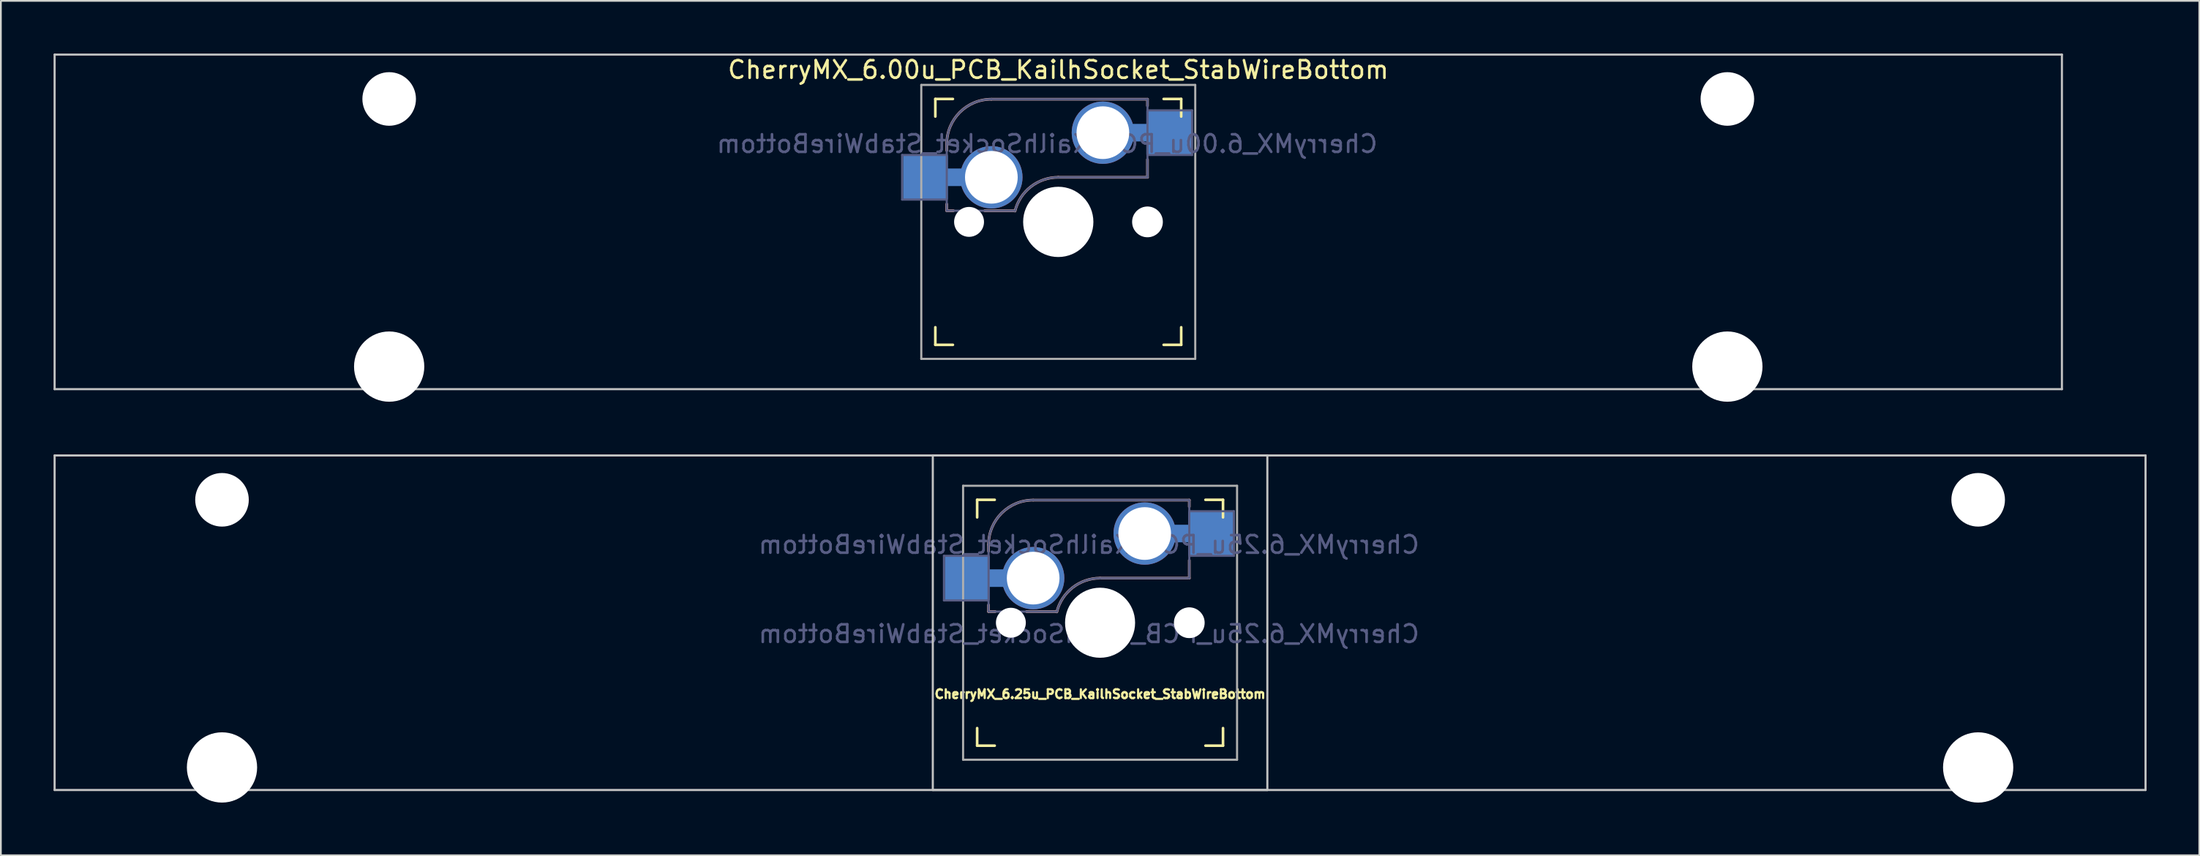
<source format=kicad_pcb>
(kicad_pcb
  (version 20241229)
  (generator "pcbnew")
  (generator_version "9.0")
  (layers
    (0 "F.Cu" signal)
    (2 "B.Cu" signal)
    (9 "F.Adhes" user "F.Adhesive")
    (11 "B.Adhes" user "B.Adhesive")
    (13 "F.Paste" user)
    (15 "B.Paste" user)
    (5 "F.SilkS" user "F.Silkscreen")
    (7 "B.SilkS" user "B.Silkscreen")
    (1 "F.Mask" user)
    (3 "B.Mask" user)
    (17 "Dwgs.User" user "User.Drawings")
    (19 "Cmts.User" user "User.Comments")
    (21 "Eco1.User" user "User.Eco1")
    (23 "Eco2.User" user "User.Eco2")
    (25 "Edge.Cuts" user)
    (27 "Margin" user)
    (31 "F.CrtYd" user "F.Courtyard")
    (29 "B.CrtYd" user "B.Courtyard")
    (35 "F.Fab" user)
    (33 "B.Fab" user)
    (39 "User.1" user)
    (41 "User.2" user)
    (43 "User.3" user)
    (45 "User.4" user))
  (footprint "CherryMX_6.00u_PCB_KailhSocket_StabWireBottom"
    (layer "F.Cu")
    (at 57.21 9.585)
    (property "Reference" "CherryMX_6.00u_PCB_KailhSocket_StabWireBottom" (at 0 -8.662 0) (layer "F.SilkS") (effects (font (size 1 1) (thickness 0.15))))
    (attr through_hole)
    (fp_line (start -7 -6) (end -7 -7) (stroke (width 0.15) (type solid)) (layer "F.SilkS"))
    (fp_line (start -7 7) (end -7 6) (stroke (width 0.15) (type solid)) (layer "F.SilkS"))
    (fp_line (start -7 7) (end -6 7) (stroke (width 0.15) (type solid)) (layer "F.SilkS"))
    (fp_line (start -6 -7) (end -7 -7) (stroke (width 0.15) (type solid)) (layer "F.SilkS"))
    (fp_line (start 6 7) (end 7 7) (stroke (width 0.15) (type solid)) (layer "F.SilkS"))
    (fp_line (start 7 -7) (end 6 -7) (stroke (width 0.15) (type solid)) (layer "F.SilkS"))
    (fp_line (start 7 -7) (end 7 -6) (stroke (width 0.15) (type solid)) (layer "F.SilkS"))
    (fp_line (start 7 6) (end 7 7) (stroke (width 0.15) (type solid)) (layer "F.SilkS"))
    (fp_line (start -6.35 -4.445) (end -6.35 -4.064) (stroke (width 0.15) (type solid)) (layer "B.SilkS"))
    (fp_line (start -6.35 -1.016) (end -6.35 -0.635) (stroke (width 0.15) (type solid)) (layer "B.SilkS"))
    (fp_line (start -5.969 -0.635) (end -6.35 -0.635) (stroke (width 0.15) (type solid)) (layer "B.SilkS"))
    (fp_line (start -3.81 -6.985) (end 5.08 -6.985) (stroke (width 0.15) (type solid)) (layer "B.SilkS"))
    (fp_line (start -2.464 -0.635) (end -4.191 -0.635) (stroke (width 0.15) (type solid)) (layer "B.SilkS"))
    (fp_line (start 5.08 -6.985) (end 5.08 -6.604) (stroke (width 0.15) (type solid)) (layer "B.SilkS"))
    (fp_line (start 5.08 -3.556) (end 5.08 -2.54) (stroke (width 0.15) (type solid)) (layer "B.SilkS"))
    (fp_line (start 5.08 -2.54) (end 0 -2.54) (stroke (width 0.15) (type solid)) (layer "B.SilkS"))
    (fp_arc (start -6.35 -4.444999) (mid -5.606051 -6.24105) (end -3.81 -6.984999) (stroke (width 0.15) (type solid)) (layer "B.SilkS"))
    (fp_arc (start -2.464162 -0.616039) (mid -1.563147 -2.002041) (end 0 -2.539999) (stroke (width 0.15) (type solid)) (layer "B.SilkS"))
    (fp_line (start -57.15 -9.525) (end 57.15 -9.525) (stroke (width 0.12) (type solid)) (layer "Dwgs.User"))
    (fp_line (start -57.15 9.525) (end -57.15 -9.525) (stroke (width 0.12) (type solid)) (layer "Dwgs.User"))
    (fp_line (start 57.15 -9.525) (end 57.15 9.525) (stroke (width 0.12) (type solid)) (layer "Dwgs.User"))
    (fp_line (start 57.15 9.525) (end -57.15 9.525) (stroke (width 0.12) (type solid)) (layer "Dwgs.User"))
    (fp_line (start -6.9 6.9) (end -6.9 -6.9) (stroke (width 0.15) (type solid)) (layer "Eco2.User"))
    (fp_line (start -6.9 6.9) (end 6.9 6.9) (stroke (width 0.15) (type solid)) (layer "Eco2.User"))
    (fp_line (start 6.9 -6.9) (end -6.9 -6.9) (stroke (width 0.15) (type solid)) (layer "Eco2.User"))
    (fp_line (start 6.9 -6.9) (end 6.9 6.9) (stroke (width 0.15) (type solid)) (layer "Eco2.User"))
    (fp_line (start -8.89 -3.81) (end -6.35 -3.81) (stroke (width 0.12) (type solid)) (layer "B.Fab"))
    (fp_line (start -8.89 -1.27) (end -8.89 -3.81) (stroke (width 0.12) (type solid)) (layer "B.Fab"))
    (fp_line (start -6.35 -1.27) (end -8.89 -1.27) (stroke (width 0.12) (type solid)) (layer "B.Fab"))
    (fp_line (start -6.35 -0.635) (end -6.35 -4.445) (stroke (width 0.12) (type solid)) (layer "B.Fab"))
    (fp_line (start -6.35 -0.635) (end -2.54 -0.635) (stroke (width 0.12) (type solid)) (layer "B.Fab"))
    (fp_line (start -3.81 -6.985) (end 5.08 -6.985) (stroke (width 0.12) (type solid)) (layer "B.Fab"))
    (fp_line (start 5.08 -6.985) (end 5.08 -2.54) (stroke (width 0.12) (type solid)) (layer "B.Fab"))
    (fp_line (start 5.08 -6.35) (end 7.62 -6.35) (stroke (width 0.12) (type solid)) (layer "B.Fab"))
    (fp_line (start 5.08 -2.54) (end 0 -2.54) (stroke (width 0.12) (type solid)) (layer "B.Fab"))
    (fp_line (start 7.62 -6.35) (end 7.62 -3.81) (stroke (width 0.12) (type solid)) (layer "B.Fab"))
    (fp_line (start 7.62 -3.81) (end 5.08 -3.81) (stroke (width 0.12) (type solid)) (layer "B.Fab"))
    (fp_arc (start -6.35 -4.444999) (mid -5.606051 -6.24105) (end -3.81 -6.984999) (stroke (width 0.12) (type solid)) (layer "B.Fab"))
    (fp_arc (start -2.464162 -0.616039) (mid -1.563147 -2.002041) (end 0 -2.539999) (stroke (width 0.12) (type solid)) (layer "B.Fab"))
    (fp_line (start -7.8 -7.8) (end -7.8 7.8) (stroke (width 0.12) (type solid)) (layer "F.Fab"))
    (fp_line (start -7.8 -7.8) (end 7.8 -7.8) (stroke (width 0.12) (type solid)) (layer "F.Fab"))
    (fp_line (start -7.8 7.8) (end 7.8 7.8) (stroke (width 0.12) (type solid)) (layer "F.Fab"))
    (fp_line (start 7.8 -7.8) (end 7.8 7.8) (stroke (width 0.12) (type solid)) (layer "F.Fab"))
    (fp_text user "${REFERENCE}" (at -0.635 -4.445 0) (layer "B.Fab") (effects (font (size 1 1) (thickness 0.15)) (justify mirror)))
    (pad "" np_thru_hole circle (at -38.1 -7) (size 3.05 3.05) (drill 3.05) (layers "*.Cu" "*.Mask"))
    (pad "" np_thru_hole circle (at -38.1 8.24) (size 4 4) (drill 4) (layers "*.Cu" "*.Mask"))
    (pad "" np_thru_hole circle (at -5.08 0.000001) (size 1.702 1.702) (drill 1.702) (layers "*.Cu" "*.Mask"))
    (pad "" np_thru_hole circle (at 0 0) (size 4 4) (drill 4) (layers "*.Cu" "*.Mask"))
    (pad "" np_thru_hole circle (at 5.08 0.000001) (size 1.702 1.702) (drill 1.702) (layers "*.Cu" "*.Mask"))
    (pad "" np_thru_hole circle (at 5.08 0.000001) (size 1.75 1.75) (drill 1.75) (layers "*.Cu" "*.Mask"))
    (pad "" np_thru_hole circle (at 38.1 -7) (size 3.05 3.05) (drill 3.05) (layers "*.Cu" "*.Mask"))
    (pad "" np_thru_hole circle (at 38.1 8.24) (size 4 4) (drill 4) (layers "*.Cu" "*.Mask"))
    (pad "1" smd rect (at -7.56 -2.54) (size 2.55 2.5) (layers "B.Cu" "B.Mask" "B.Paste"))
    (pad "1" connect rect (at -5.715 -2.54 90) (size 1 2.5) (layers "B.Cu"))
    (pad "1" thru_hole circle (at -3.81 -2.54) (size 3.55 3.55) (drill 3) (layers "*.Cu"))
    (pad "2" thru_hole circle (at 2.54 -5.08) (size 3.55 3.55) (drill 3) (layers "*.Cu"))
    (pad "2" connect rect (at 5.015 -5.08 270) (size 1 2.5) (layers "B.Cu"))
    (pad "2" smd rect (at 6.29 -5.08) (size 2.55 2.5) (layers "B.Cu" "B.Mask" "B.Paste")))
  (footprint "CherryMX_6.25u_PCB_KailhSocket_StabWireBottom"
    (layer "F.Cu")
    (at 59.591 32.41)
    (property "Reference" "CherryMX_6.25u_PCB_KailhSocket_StabWireBottom" (at 0 4.064 0) (layer "F.SilkS") (effects (font (size 0.5 0.5) (thickness 0.125))))
    (property "Value" "CherryMX_6.25u_PCB_KailhSocket_StabWireBottom" (at 0 8.662 0) (layer "F.Fab") (hide yes) (effects (font (size 1 1) (thickness 0.15))))
    (attr through_hole)
    (fp_line (start -7 -6) (end -7 -7) (stroke (width 0.15) (type solid)) (layer "F.SilkS"))
    (fp_line (start -7 7) (end -7 6) (stroke (width 0.15) (type solid)) (layer "F.SilkS"))
    (fp_line (start -7 7) (end -6 7) (stroke (width 0.15) (type solid)) (layer "F.SilkS"))
    (fp_line (start -6 -7) (end -7 -7) (stroke (width 0.15) (type solid)) (layer "F.SilkS"))
    (fp_line (start 6 7) (end 7 7) (stroke (width 0.15) (type solid)) (layer "F.SilkS"))
    (fp_line (start 7 -7) (end 6 -7) (stroke (width 0.15) (type solid)) (layer "F.SilkS"))
    (fp_line (start 7 -7) (end 7 -6) (stroke (width 0.15) (type solid)) (layer "F.SilkS"))
    (fp_line (start 7 6) (end 7 7) (stroke (width 0.15) (type solid)) (layer "F.SilkS"))
    (fp_line (start -6.35 -4.445) (end -6.35 -4.064) (stroke (width 0.15) (type solid)) (layer "B.SilkS"))
    (fp_line (start -6.35 -1.016) (end -6.35 -0.635) (stroke (width 0.15) (type solid)) (layer "B.SilkS"))
    (fp_line (start -5.969 -0.635) (end -6.35 -0.635) (stroke (width 0.15) (type solid)) (layer "B.SilkS"))
    (fp_line (start -3.81 -6.985) (end 5.08 -6.985) (stroke (width 0.15) (type solid)) (layer "B.SilkS"))
    (fp_line (start -2.464 -0.635) (end -4.191 -0.635) (stroke (width 0.15) (type solid)) (layer "B.SilkS"))
    (fp_line (start 5.08 -6.985) (end 5.08 -6.604) (stroke (width 0.15) (type solid)) (layer "B.SilkS"))
    (fp_line (start 5.08 -3.556) (end 5.08 -2.54) (stroke (width 0.15) (type solid)) (layer "B.SilkS"))
    (fp_line (start 5.08 -2.54) (end 0 -2.54) (stroke (width 0.15) (type solid)) (layer "B.SilkS"))
    (fp_arc (start -6.35 -4.445) (mid -5.606051 -6.241051) (end -3.81 -6.985) (stroke (width 0.15) (type solid)) (layer "B.SilkS"))
    (fp_arc (start -2.464162 -0.61604) (mid -1.563147 -2.002042) (end 0 -2.54) (stroke (width 0.15) (type solid)) (layer "B.SilkS"))
    (fp_line (start -59.531 -9.525) (end 59.531 -9.525) (stroke (width 0.12) (type solid)) (layer "Dwgs.User"))
    (fp_line (start -59.531 9.525) (end -59.531 -9.525) (stroke (width 0.12) (type solid)) (layer "Dwgs.User"))
    (fp_line (start -9.525 -9.525) (end 9.525 -9.525) (stroke (width 0.12) (type solid)) (layer "Dwgs.User"))
    (fp_line (start -9.525 9.525) (end -9.525 -9.525) (stroke (width 0.12) (type solid)) (layer "Dwgs.User"))
    (fp_line (start 9.525 -9.525) (end 9.525 9.525) (stroke (width 0.12) (type solid)) (layer "Dwgs.User"))
    (fp_line (start 9.525 9.525) (end -9.525 9.525) (stroke (width 0.12) (type solid)) (layer "Dwgs.User"))
    (fp_line (start 59.531 -9.525) (end 59.531 9.525) (stroke (width 0.12) (type solid)) (layer "Dwgs.User"))
    (fp_line (start 59.531 9.525) (end -59.531 9.525) (stroke (width 0.12) (type solid)) (layer "Dwgs.User"))
    (fp_line (start -6.9 6.9) (end -6.9 -6.9) (stroke (width 0.15) (type solid)) (layer "Eco2.User"))
    (fp_line (start -6.9 6.9) (end 6.9 6.9) (stroke (width 0.15) (type solid)) (layer "Eco2.User"))
    (fp_line (start 6.9 -6.9) (end -6.9 -6.9) (stroke (width 0.15) (type solid)) (layer "Eco2.User"))
    (fp_line (start 6.9 -6.9) (end 6.9 6.9) (stroke (width 0.15) (type solid)) (layer "Eco2.User"))
    (fp_line (start -8.89 -3.81) (end -6.35 -3.81) (stroke (width 0.12) (type solid)) (layer "B.Fab"))
    (fp_line (start -8.89 -1.27) (end -8.89 -3.81) (stroke (width 0.12) (type solid)) (layer "B.Fab"))
    (fp_line (start -6.35 -1.27) (end -8.89 -1.27) (stroke (width 0.12) (type solid)) (layer "B.Fab"))
    (fp_line (start -6.35 -0.635) (end -6.35 -4.445) (stroke (width 0.12) (type solid)) (layer "B.Fab"))
    (fp_line (start -6.35 -0.635) (end -2.54 -0.635) (stroke (width 0.12) (type solid)) (layer "B.Fab"))
    (fp_line (start -3.81 -6.985) (end 5.08 -6.985) (stroke (width 0.12) (type solid)) (layer "B.Fab"))
    (fp_line (start 5.08 -6.985) (end 5.08 -2.54) (stroke (width 0.12) (type solid)) (layer "B.Fab"))
    (fp_line (start 5.08 -6.35) (end 7.62 -6.35) (stroke (width 0.12) (type solid)) (layer "B.Fab"))
    (fp_line (start 5.08 -2.54) (end 0 -2.54) (stroke (width 0.12) (type solid)) (layer "B.Fab"))
    (fp_line (start 7.62 -6.35) (end 7.62 -3.81) (stroke (width 0.12) (type solid)) (layer "B.Fab"))
    (fp_line (start 7.62 -3.81) (end 5.08 -3.81) (stroke (width 0.12) (type solid)) (layer "B.Fab"))
    (fp_arc (start -6.35 -4.445) (mid -5.606051 -6.241051) (end -3.81 -6.985) (stroke (width 0.12) (type solid)) (layer "B.Fab"))
    (fp_arc (start -2.464162 -0.61604) (mid -1.563147 -2.002042) (end 0 -2.54) (stroke (width 0.12) (type solid)) (layer "B.Fab"))
    (fp_line (start -7.8 -7.8) (end -7.8 7.8) (stroke (width 0.12) (type solid)) (layer "F.Fab"))
    (fp_line (start -7.8 -7.8) (end 7.8 -7.8) (stroke (width 0.12) (type solid)) (layer "F.Fab"))
    (fp_line (start -7.8 7.8) (end 7.8 7.8) (stroke (width 0.12) (type solid)) (layer "F.Fab"))
    (fp_line (start 7.8 -7.8) (end 7.8 7.8) (stroke (width 0.12) (type solid)) (layer "F.Fab"))
    (fp_text user "${VALUE}" (at -0.635 0.635 0) (layer "B.Fab") (effects (font (size 1 1) (thickness 0.15)) (justify mirror)))
    (fp_text user "${REFERENCE}" (at -0.635 -4.445 0) (layer "B.Fab") (effects (font (size 1 1) (thickness 0.15)) (justify mirror)))
    (pad "" np_thru_hole circle (at -50 -7) (size 3.05 3.05) (drill 3.05) (layers "*.Cu" "*.Mask"))
    (pad "" np_thru_hole circle (at -50 8.24) (size 4 4) (drill 4) (layers "*.Cu" "*.Mask"))
    (pad "" np_thru_hole circle (at -5.08 0) (size 1.702 1.702) (drill 1.702) (layers "*.Cu" "*.Mask"))
    (pad "" np_thru_hole circle (at 0 0) (size 3.988 3.988) (drill 3.988) (layers "*.Cu" "*.Mask"))
    (pad "" np_thru_hole circle (at 5.08 0) (size 1.702 1.702) (drill 1.702) (layers "*.Cu" "*.Mask"))
    (pad "" np_thru_hole circle (at 5.08 0) (size 1.75 1.75) (drill 1.75) (layers "*.Cu" "*.Mask"))
    (pad "" np_thru_hole circle (at 50 -7) (size 3.05 3.05) (drill 3.05) (layers "*.Cu" "*.Mask"))
    (pad "" np_thru_hole circle (at 50 8.24) (size 4 4) (drill 4) (layers "*.Cu" "*.Mask"))
    (pad "1" smd rect (at -7.56 -2.54) (size 2.55 2.5) (layers "B.Cu" "B.Mask" "B.Paste"))
    (pad "1" connect rect (at -5.715 -2.54 90) (size 1 2.5) (layers "B.Cu"))
    (pad "1" thru_hole circle (at -3.81 -2.54) (size 3.55 3.55) (drill 3) (layers "*.Cu"))
    (pad "2" thru_hole circle (at 2.54 -5.08) (size 3.55 3.55) (drill 3) (layers "*.Cu"))
    (pad "2" connect rect (at 5.015 -5.08 270) (size 1 2.5) (layers "B.Cu"))
    (pad "2" smd rect (at 6.29 -5.08) (size 2.55 2.5) (layers "B.Cu" "B.Mask" "B.Paste")))
  (gr_rect
    (start -3 -3)
    (end 122.183 45.65)
    (stroke (width 0.1) (type default))
    (fill no)
    (layer "Edge.Cuts")))
</source>
